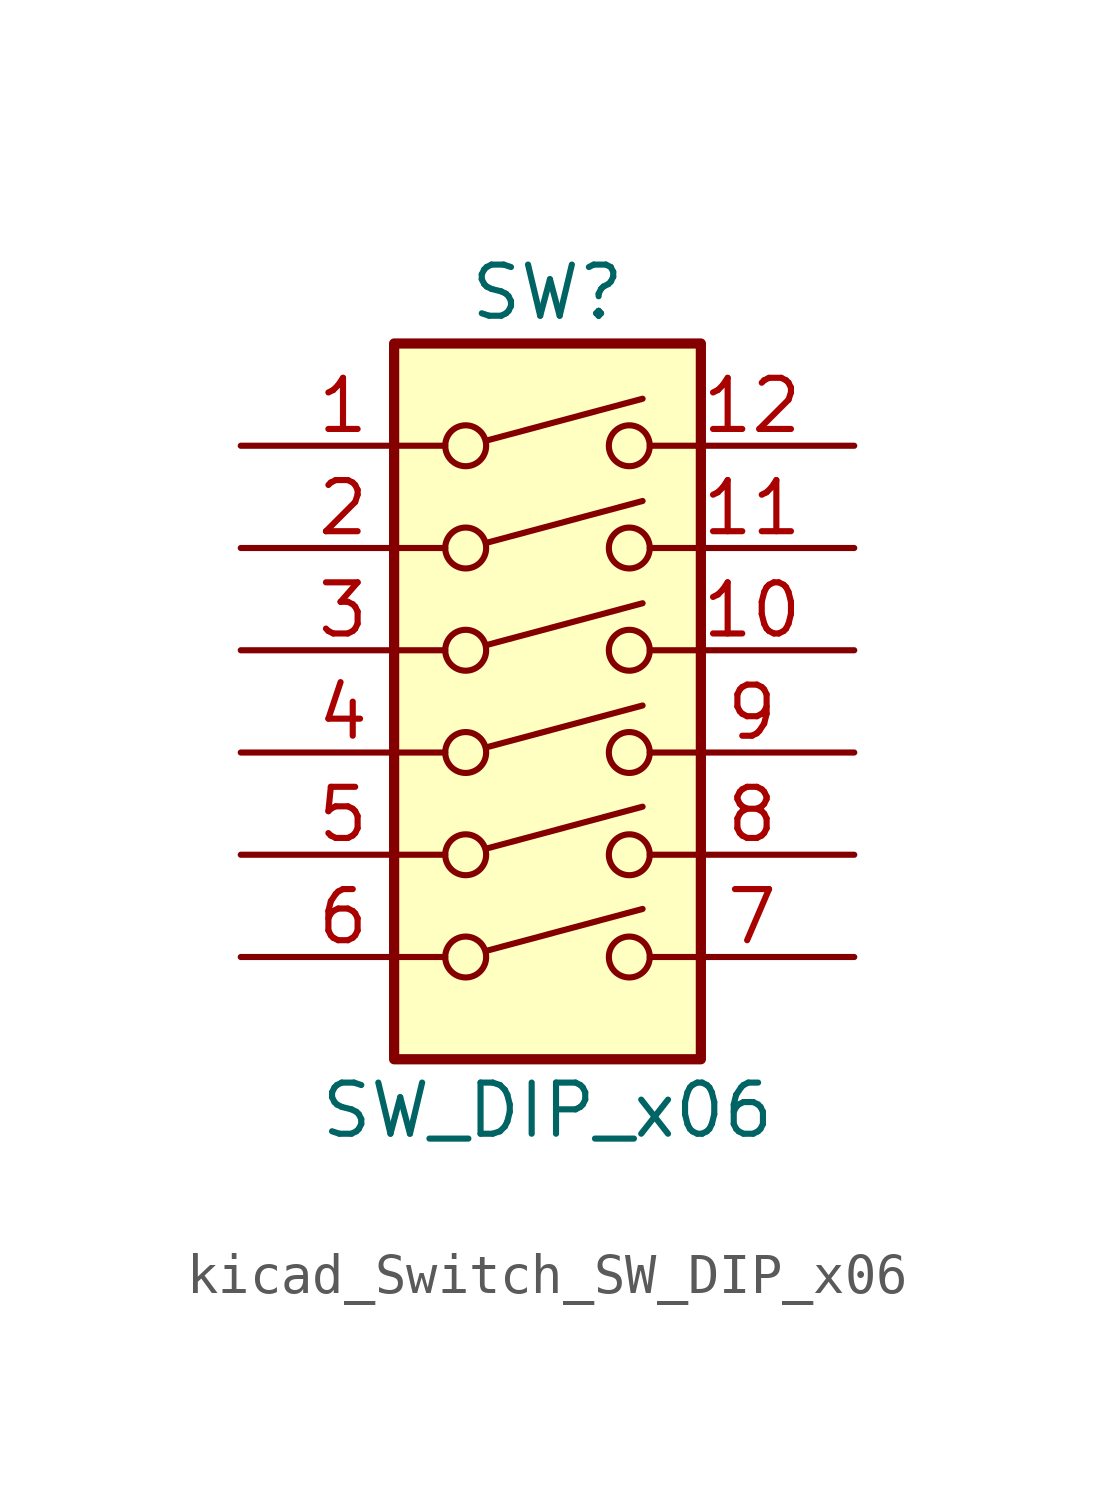
<source format=kicad_sym>
(kicad_symbol_lib
  (version 20220914)
  (generator kicad_symbol_editor)
  (symbol "kicad_Switch_SW_DIP_x06"
    (pin_names
      (offset 0) hide)
    (property "Reference" "SW"
      (at 0 11.43 0)
      (effects (font (size 1.27 1.27))))
    (property "Value" "SW_DIP_x06"
      (at 0 -8.89 0)
      (effects (font (size 1.27 1.27))))
    (symbol "kicad_Switch_SW_DIP_x06_0_0"
      (circle (center -2.032 -5.08) (radius 0.508) (stroke (width 0) (type default)) (fill (type none)))
      (circle (center -2.032 -2.54) (radius 0.508) (stroke (width 0) (type default)) (fill (type none)))
      (circle (center -2.032 0) (radius 0.508) (stroke (width 0) (type default)) (fill (type none)))
      (circle (center -2.032 2.54) (radius 0.508) (stroke (width 0) (type default)) (fill (type none)))
      (circle (center -2.032 5.08) (radius 0.508) (stroke (width 0) (type default)) (fill (type none)))
      (circle (center -2.032 7.62) (radius 0.508) (stroke (width 0) (type default)) (fill (type none)))
      (polyline (pts (xy -1.524 -4.928) (xy 2.362 -3.886)) (stroke (width 0) (type default)) (fill (type none)))
      (polyline (pts (xy -1.524 -2.388) (xy 2.362 -1.346)) (stroke (width 0) (type default)) (fill (type none)))
      (polyline (pts (xy -1.524 0.127) (xy 2.362 1.168)) (stroke (width 0) (type default)) (fill (type none)))
      (polyline (pts (xy -1.524 2.667) (xy 2.362 3.708)) (stroke (width 0) (type default)) (fill (type none)))
      (polyline (pts (xy -1.524 5.207) (xy 2.362 6.248)) (stroke (width 0) (type default)) (fill (type none)))
      (polyline (pts (xy -1.524 7.747) (xy 2.362 8.788)) (stroke (width 0) (type default)) (fill (type none)))
      (circle (center 2.032 -5.08) (radius 0.508) (stroke (width 0) (type default)) (fill (type none)))
      (circle (center 2.032 -2.54) (radius 0.508) (stroke (width 0) (type default)) (fill (type none)))
      (circle (center 2.032 0) (radius 0.508) (stroke (width 0) (type default)) (fill (type none)))
      (circle (center 2.032 2.54) (radius 0.508) (stroke (width 0) (type default)) (fill (type none)))
      (circle (center 2.032 5.08) (radius 0.508) (stroke (width 0) (type default)) (fill (type none)))
      (circle (center 2.032 7.62) (radius 0.508) (stroke (width 0) (type default)) (fill (type none))))
    (symbol "kicad_Switch_SW_DIP_x06_0_1"
      (rectangle (start -3.81 10.16) (end 3.81 -7.62) (stroke (width 0.254) (type default)) (fill (type background))))
    (symbol "kicad_Switch_SW_DIP_x06_1_1"
      (pin passive line (at -7.62 7.62 0) (length 5.08) (name "~" (effects (font (size 1.27 1.27)))) (number "1" (effects (font (size 1.27 1.27)))))
      (pin passive line (at 7.62 2.54 180) (length 5.08) (name "~" (effects (font (size 1.27 1.27)))) (number "10" (effects (font (size 1.27 1.27)))))
      (pin passive line (at 7.62 5.08 180) (length 5.08) (name "~" (effects (font (size 1.27 1.27)))) (number "11" (effects (font (size 1.27 1.27)))))
      (pin passive line (at 7.62 7.62 180) (length 5.08) (name "~" (effects (font (size 1.27 1.27)))) (number "12" (effects (font (size 1.27 1.27)))))
      (pin passive line (at -7.62 5.08 0) (length 5.08) (name "~" (effects (font (size 1.27 1.27)))) (number "2" (effects (font (size 1.27 1.27)))))
      (pin passive line (at -7.62 2.54 0) (length 5.08) (name "~" (effects (font (size 1.27 1.27)))) (number "3" (effects (font (size 1.27 1.27)))))
      (pin passive line (at -7.62 0 0) (length 5.08) (name "~" (effects (font (size 1.27 1.27)))) (number "4" (effects (font (size 1.27 1.27)))))
      (pin passive line (at -7.62 -2.54 0) (length 5.08) (name "~" (effects (font (size 1.27 1.27)))) (number "5" (effects (font (size 1.27 1.27)))))
      (pin passive line (at -7.62 -5.08 0) (length 5.08) (name "~" (effects (font (size 1.27 1.27)))) (number "6" (effects (font (size 1.27 1.27)))))
      (pin passive line (at 7.62 -5.08 180) (length 5.08) (name "~" (effects (font (size 1.27 1.27)))) (number "7" (effects (font (size 1.27 1.27)))))
      (pin passive line (at 7.62 -2.54 180) (length 5.08) (name "~" (effects (font (size 1.27 1.27)))) (number "8" (effects (font (size 1.27 1.27)))))
      (pin passive line (at 7.62 0 180) (length 5.08) (name "~" (effects (font (size 1.27 1.27)))) (number "9" (effects (font (size 1.27 1.27))))))))
</source>
